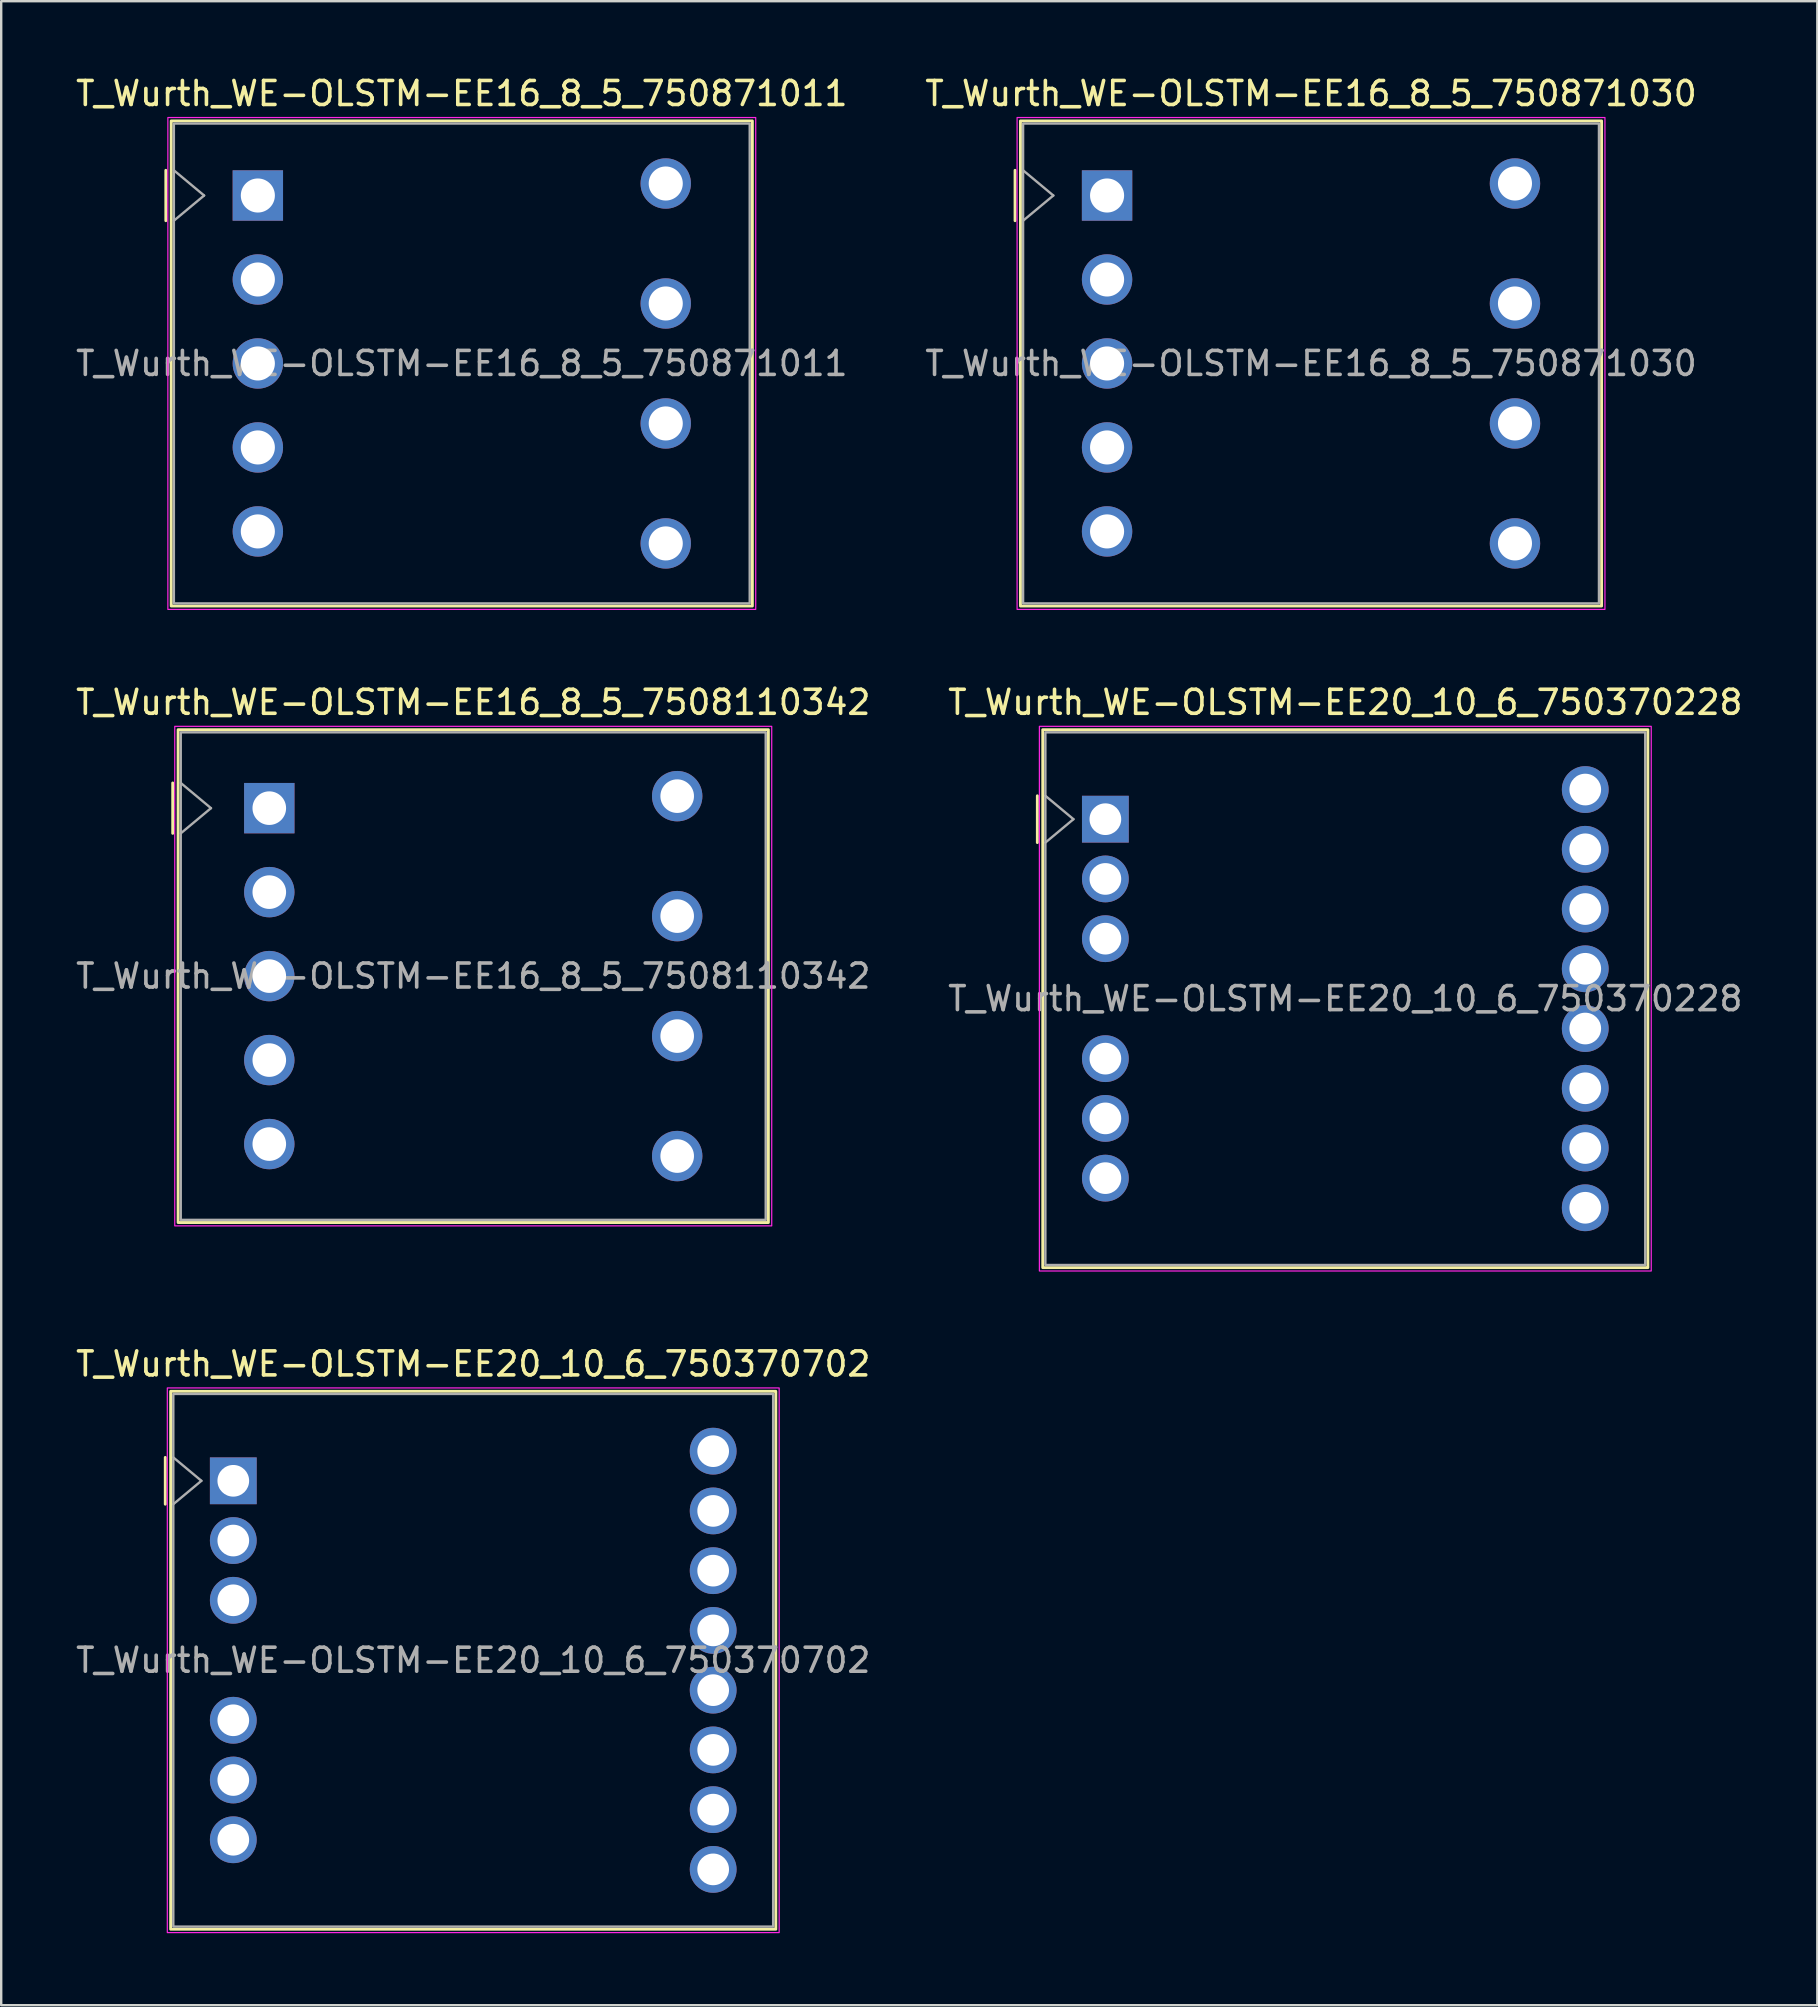
<source format=kicad_pcb>
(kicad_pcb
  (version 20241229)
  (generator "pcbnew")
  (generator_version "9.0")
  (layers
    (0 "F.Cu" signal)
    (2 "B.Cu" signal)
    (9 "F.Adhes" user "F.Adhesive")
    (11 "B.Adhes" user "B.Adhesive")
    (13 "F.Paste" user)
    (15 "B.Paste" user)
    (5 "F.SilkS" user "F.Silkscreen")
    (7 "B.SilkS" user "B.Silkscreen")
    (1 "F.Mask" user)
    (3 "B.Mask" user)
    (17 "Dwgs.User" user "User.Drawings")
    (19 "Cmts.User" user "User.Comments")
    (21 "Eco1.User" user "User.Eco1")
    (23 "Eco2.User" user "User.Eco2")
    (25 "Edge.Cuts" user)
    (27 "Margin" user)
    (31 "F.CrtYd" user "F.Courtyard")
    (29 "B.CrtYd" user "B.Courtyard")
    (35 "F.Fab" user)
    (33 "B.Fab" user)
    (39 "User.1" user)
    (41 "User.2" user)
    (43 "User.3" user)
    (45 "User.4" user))
  (footprint "T_Wurth_WE-OLSTM-EE20_10_6_750370702"
    (layer "F.Cu")
    (at 6.673 58.665)
    (property "Reference" "T_Wurth_WE-OLSTM-EE20_10_6_750370702" (at 10 -4.87 0) (unlocked yes) (layer "F.SilkS") (effects (font (size 1 1) (thickness 0.15))))
    (attr smd)
    (fp_line (start -2.835 -0.975) (end -2.835 0.975) (stroke (width 0.12) (type solid)) (layer "F.SilkS"))
    (fp_rect (start -2.61 -3.73) (end 22.61 18.69) (stroke (width 0.12) (type solid)) (fill no) (layer "F.SilkS"))
    (fp_rect (start -2.75 -3.87) (end 22.75 18.83) (stroke (width 0.05) (type solid)) (fill no) (layer "F.CrtYd"))
    (fp_line (start -2.5 -0.975) (end -1.33 0) (stroke (width 0.1) (type solid)) (layer "F.Fab"))
    (fp_line (start -2.5 0.975) (end -1.33 0) (stroke (width 0.1) (type solid)) (layer "F.Fab"))
    (fp_rect (start -2.5 -3.62) (end 22.5 18.58) (stroke (width 0.1) (type solid)) (fill no) (layer "F.Fab"))
    (fp_text user "${REFERENCE}" (at 10 7.48 0) (unlocked yes) (layer "F.Fab") (effects (font (size 1 1) (thickness 0.15))))
    (pad "1" thru_hole rect (at 0 0) (size 1.95 1.95) (drill 1.32) (layers "*.Cu" "*.Mask"))
    (pad "2" thru_hole circle (at 0 2.49) (size 1.95 1.95) (drill 1.32) (layers "*.Cu" "*.Mask"))
    (pad "3" thru_hole circle (at 0 4.98) (size 1.95 1.95) (drill 1.32) (layers "*.Cu" "*.Mask"))
    (pad "4" thru_hole circle (at 0 9.98) (size 1.95 1.95) (drill 1.32) (layers "*.Cu" "*.Mask"))
    (pad "5" thru_hole circle (at 0 12.47) (size 1.95 1.95) (drill 1.32) (layers "*.Cu" "*.Mask"))
    (pad "6" thru_hole circle (at 0 14.96) (size 1.95 1.95) (drill 1.32) (layers "*.Cu" "*.Mask"))
    (pad "7" thru_hole circle (at 20 16.195) (size 1.95 1.95) (drill 1.32) (layers "*.Cu" "*.Mask"))
    (pad "8" thru_hole circle (at 20 13.705) (size 1.95 1.95) (drill 1.32) (layers "*.Cu" "*.Mask"))
    (pad "9" thru_hole circle (at 20 11.215) (size 1.95 1.95) (drill 1.32) (layers "*.Cu" "*.Mask"))
    (pad "10" thru_hole circle (at 20 8.725) (size 1.95 1.95) (drill 1.32) (layers "*.Cu" "*.Mask"))
    (pad "11" thru_hole circle (at 20 6.235) (size 1.95 1.95) (drill 1.32) (layers "*.Cu" "*.Mask"))
    (pad "12" thru_hole circle (at 20 3.745) (size 1.95 1.95) (drill 1.32) (layers "*.Cu" "*.Mask"))
    (pad "13" thru_hole circle (at 20 1.255) (size 1.95 1.95) (drill 1.32) (layers "*.Cu" "*.Mask"))
    (pad "14" thru_hole circle (at 20 -1.235) (size 1.95 1.95) (drill 1.32) (layers "*.Cu" "*.Mask")))
  (footprint "T_Wurth_WE-OLSTM-EE16_8_5_7508110342"
    (layer "F.Cu")
    (at 8.173 30.631)
    (property "Reference" "T_Wurth_WE-OLSTM-EE16_8_5_7508110342" (at 8.5 -4.41 0) (unlocked yes) (layer "F.SilkS") (effects (font (size 1 1) (thickness 0.15))))
    (attr smd)
    (fp_line (start -4.025 -1.05) (end -4.025 1.05) (stroke (width 0.12) (type solid)) (layer "F.SilkS"))
    (fp_rect (start -3.8 -3.27) (end 20.8 17.27) (stroke (width 0.12) (type solid)) (fill no) (layer "F.SilkS"))
    (fp_rect (start -3.94 -3.41) (end 20.94 17.41) (stroke (width 0.05) (type solid)) (fill no) (layer "F.CrtYd"))
    (fp_line (start -3.69 -1.05) (end -2.43 0) (stroke (width 0.1) (type solid)) (layer "F.Fab"))
    (fp_line (start -3.69 1.05) (end -2.43 0) (stroke (width 0.1) (type solid)) (layer "F.Fab"))
    (fp_rect (start -3.69 -3.16) (end 20.69 17.16) (stroke (width 0.1) (type solid)) (fill no) (layer "F.Fab"))
    (fp_text user "${REFERENCE}" (at 8.5 7 0) (unlocked yes) (layer "F.Fab") (effects (font (size 1 1) (thickness 0.15))))
    (pad "1" thru_hole rect (at 0 0) (size 2.1 2.1) (drill 1.4) (layers "*.Cu" "*.Mask"))
    (pad "2" thru_hole circle (at 0 3.5) (size 2.1 2.1) (drill 1.4) (layers "*.Cu" "*.Mask"))
    (pad "3" thru_hole circle (at 0 7) (size 2.1 2.1) (drill 1.4) (layers "*.Cu" "*.Mask"))
    (pad "4" thru_hole circle (at 0 10.5) (size 2.1 2.1) (drill 1.4) (layers "*.Cu" "*.Mask"))
    (pad "5" thru_hole circle (at 0 14) (size 2.1 2.1) (drill 1.4) (layers "*.Cu" "*.Mask"))
    (pad "6" thru_hole circle (at 17 14.5) (size 2.1 2.1) (drill 1.4) (layers "*.Cu" "*.Mask"))
    (pad "7" thru_hole circle (at 17 9.5) (size 2.1 2.1) (drill 1.4) (layers "*.Cu" "*.Mask"))
    (pad "8" thru_hole circle (at 17 4.5) (size 2.1 2.1) (drill 1.4) (layers "*.Cu" "*.Mask"))
    (pad "9" thru_hole circle (at 17 -0.5) (size 2.1 2.1) (drill 1.4) (layers "*.Cu" "*.Mask")))
  (footprint "T_Wurth_WE-OLSTM-EE16_8_5_750871011"
    (layer "F.Cu")
    (at 7.696 5.098)
    (property "Reference" "T_Wurth_WE-OLSTM-EE16_8_5_750871011" (at 8.5 -4.25 0) (unlocked yes) (layer "F.SilkS") (effects (font (size 1 1) (thickness 0.15))))
    (attr smd)
    (fp_line (start -3.835 -1.05) (end -3.835 1.05) (stroke (width 0.12) (type solid)) (layer "F.SilkS"))
    (fp_rect (start -3.61 -3.11) (end 20.61 17.11) (stroke (width 0.12) (type solid)) (fill no) (layer "F.SilkS"))
    (fp_rect (start -3.75 -3.25) (end 20.75 17.25) (stroke (width 0.05) (type solid)) (fill no) (layer "F.CrtYd"))
    (fp_line (start -3.5 -1.05) (end -2.24 0) (stroke (width 0.1) (type solid)) (layer "F.Fab"))
    (fp_line (start -3.5 1.05) (end -2.24 0) (stroke (width 0.1) (type solid)) (layer "F.Fab"))
    (fp_rect (start -3.5 -3) (end 20.5 17) (stroke (width 0.1) (type solid)) (fill no) (layer "F.Fab"))
    (fp_text user "${REFERENCE}" (at 8.5 7 0) (unlocked yes) (layer "F.Fab") (effects (font (size 1 1) (thickness 0.15))))
    (pad "1" thru_hole rect (at 0 0) (size 2.1 2.1) (drill 1.42) (layers "*.Cu" "*.Mask"))
    (pad "2" thru_hole circle (at 0 3.5) (size 2.1 2.1) (drill 1.42) (layers "*.Cu" "*.Mask"))
    (pad "3" thru_hole circle (at 0 7) (size 2.1 2.1) (drill 1.42) (layers "*.Cu" "*.Mask"))
    (pad "4" thru_hole circle (at 0 10.5) (size 2.1 2.1) (drill 1.42) (layers "*.Cu" "*.Mask"))
    (pad "5" thru_hole circle (at 0 14) (size 2.1 2.1) (drill 1.42) (layers "*.Cu" "*.Mask"))
    (pad "6" thru_hole circle (at 17 14.5) (size 2.1 2.1) (drill 1.42) (layers "*.Cu" "*.Mask"))
    (pad "7" thru_hole circle (at 17 9.5) (size 2.1 2.1) (drill 1.42) (layers "*.Cu" "*.Mask"))
    (pad "8" thru_hole circle (at 17 4.5) (size 2.1 2.1) (drill 1.42) (layers "*.Cu" "*.Mask"))
    (pad "9" thru_hole circle (at 17 -0.5) (size 2.1 2.1) (drill 1.42) (layers "*.Cu" "*.Mask")))
  (footprint "T_Wurth_WE-OLSTM-EE16_8_5_750871030"
    (layer "F.Cu")
    (at 43.089 5.098)
    (property "Reference" "T_Wurth_WE-OLSTM-EE16_8_5_750871030" (at 8.5 -4.25 0) (unlocked yes) (layer "F.SilkS") (effects (font (size 1 1) (thickness 0.15))))
    (attr smd)
    (fp_line (start -3.835 -1.05) (end -3.835 1.05) (stroke (width 0.12) (type solid)) (layer "F.SilkS"))
    (fp_rect (start -3.61 -3.11) (end 20.61 17.11) (stroke (width 0.12) (type solid)) (fill no) (layer "F.SilkS"))
    (fp_rect (start -3.75 -3.25) (end 20.75 17.25) (stroke (width 0.05) (type solid)) (fill no) (layer "F.CrtYd"))
    (fp_line (start -3.5 -1.05) (end -2.24 0) (stroke (width 0.1) (type solid)) (layer "F.Fab"))
    (fp_line (start -3.5 1.05) (end -2.24 0) (stroke (width 0.1) (type solid)) (layer "F.Fab"))
    (fp_rect (start -3.5 -3) (end 20.5 17) (stroke (width 0.1) (type solid)) (fill no) (layer "F.Fab"))
    (fp_text user "${REFERENCE}" (at 8.5 7 0) (unlocked yes) (layer "F.Fab") (effects (font (size 1 1) (thickness 0.15))))
    (pad "1" thru_hole rect (at 0 0) (size 2.1 2.1) (drill 1.42) (layers "*.Cu" "*.Mask"))
    (pad "2" thru_hole circle (at 0 3.5) (size 2.1 2.1) (drill 1.42) (layers "*.Cu" "*.Mask"))
    (pad "3" thru_hole circle (at 0 7) (size 2.1 2.1) (drill 1.42) (layers "*.Cu" "*.Mask"))
    (pad "4" thru_hole circle (at 0 10.5) (size 2.1 2.1) (drill 1.42) (layers "*.Cu" "*.Mask"))
    (pad "5" thru_hole circle (at 0 14) (size 2.1 2.1) (drill 1.42) (layers "*.Cu" "*.Mask"))
    (pad "6" thru_hole circle (at 17 14.5) (size 2.1 2.1) (drill 1.42) (layers "*.Cu" "*.Mask"))
    (pad "7" thru_hole circle (at 17 9.5) (size 2.1 2.1) (drill 1.42) (layers "*.Cu" "*.Mask"))
    (pad "8" thru_hole circle (at 17 4.5) (size 2.1 2.1) (drill 1.42) (layers "*.Cu" "*.Mask"))
    (pad "9" thru_hole circle (at 17 -0.5) (size 2.1 2.1) (drill 1.42) (layers "*.Cu" "*.Mask")))
  (footprint "T_Wurth_WE-OLSTM-EE20_10_6_750370228"
    (layer "F.Cu")
    (at 43.018 31.091)
    (property "Reference" "T_Wurth_WE-OLSTM-EE20_10_6_750370228" (at 10 -4.87 0) (unlocked yes) (layer "F.SilkS") (effects (font (size 1 1) (thickness 0.15))))
    (attr smd)
    (fp_line (start -2.835 -0.975) (end -2.835 0.975) (stroke (width 0.12) (type solid)) (layer "F.SilkS"))
    (fp_rect (start -2.61 -3.73) (end 22.61 18.69) (stroke (width 0.12) (type solid)) (fill no) (layer "F.SilkS"))
    (fp_rect (start -2.75 -3.87) (end 22.75 18.83) (stroke (width 0.05) (type solid)) (fill no) (layer "F.CrtYd"))
    (fp_line (start -2.5 -0.975) (end -1.33 0) (stroke (width 0.1) (type solid)) (layer "F.Fab"))
    (fp_line (start -2.5 0.975) (end -1.33 0) (stroke (width 0.1) (type solid)) (layer "F.Fab"))
    (fp_rect (start -2.5 -3.62) (end 22.5 18.58) (stroke (width 0.1) (type solid)) (fill no) (layer "F.Fab"))
    (fp_text user "${REFERENCE}" (at 10 7.48 0) (unlocked yes) (layer "F.Fab") (effects (font (size 1 1) (thickness 0.15))))
    (pad "1" thru_hole rect (at 0 0) (size 1.95 1.95) (drill 1.32) (layers "*.Cu" "*.Mask"))
    (pad "2" thru_hole circle (at 0 2.49) (size 1.95 1.95) (drill 1.32) (layers "*.Cu" "*.Mask"))
    (pad "3" thru_hole circle (at 0 4.98) (size 1.95 1.95) (drill 1.32) (layers "*.Cu" "*.Mask"))
    (pad "4" thru_hole circle (at 0 9.98) (size 1.95 1.95) (drill 1.32) (layers "*.Cu" "*.Mask"))
    (pad "5" thru_hole circle (at 0 12.47) (size 1.95 1.95) (drill 1.32) (layers "*.Cu" "*.Mask"))
    (pad "6" thru_hole circle (at 0 14.96) (size 1.95 1.95) (drill 1.32) (layers "*.Cu" "*.Mask"))
    (pad "7" thru_hole circle (at 20 16.195) (size 1.95 1.95) (drill 1.32) (layers "*.Cu" "*.Mask"))
    (pad "8" thru_hole circle (at 20 13.705) (size 1.95 1.95) (drill 1.32) (layers "*.Cu" "*.Mask"))
    (pad "9" thru_hole circle (at 20 11.215) (size 1.95 1.95) (drill 1.32) (layers "*.Cu" "*.Mask"))
    (pad "10" thru_hole circle (at 20 8.725) (size 1.95 1.95) (drill 1.32) (layers "*.Cu" "*.Mask"))
    (pad "11" thru_hole circle (at 20 6.235) (size 1.95 1.95) (drill 1.32) (layers "*.Cu" "*.Mask"))
    (pad "12" thru_hole circle (at 20 3.745) (size 1.95 1.95) (drill 1.32) (layers "*.Cu" "*.Mask"))
    (pad "13" thru_hole circle (at 20 1.255) (size 1.95 1.95) (drill 1.32) (layers "*.Cu" "*.Mask"))
    (pad "14" thru_hole circle (at 20 -1.235) (size 1.95 1.95) (drill 1.32) (layers "*.Cu" "*.Mask")))
  (gr_rect
    (start -3 -3)
    (end 72.69 80.52)
    (stroke (width 0.1) (type default))
    (fill no)
    (layer "Edge.Cuts")))
</source>
